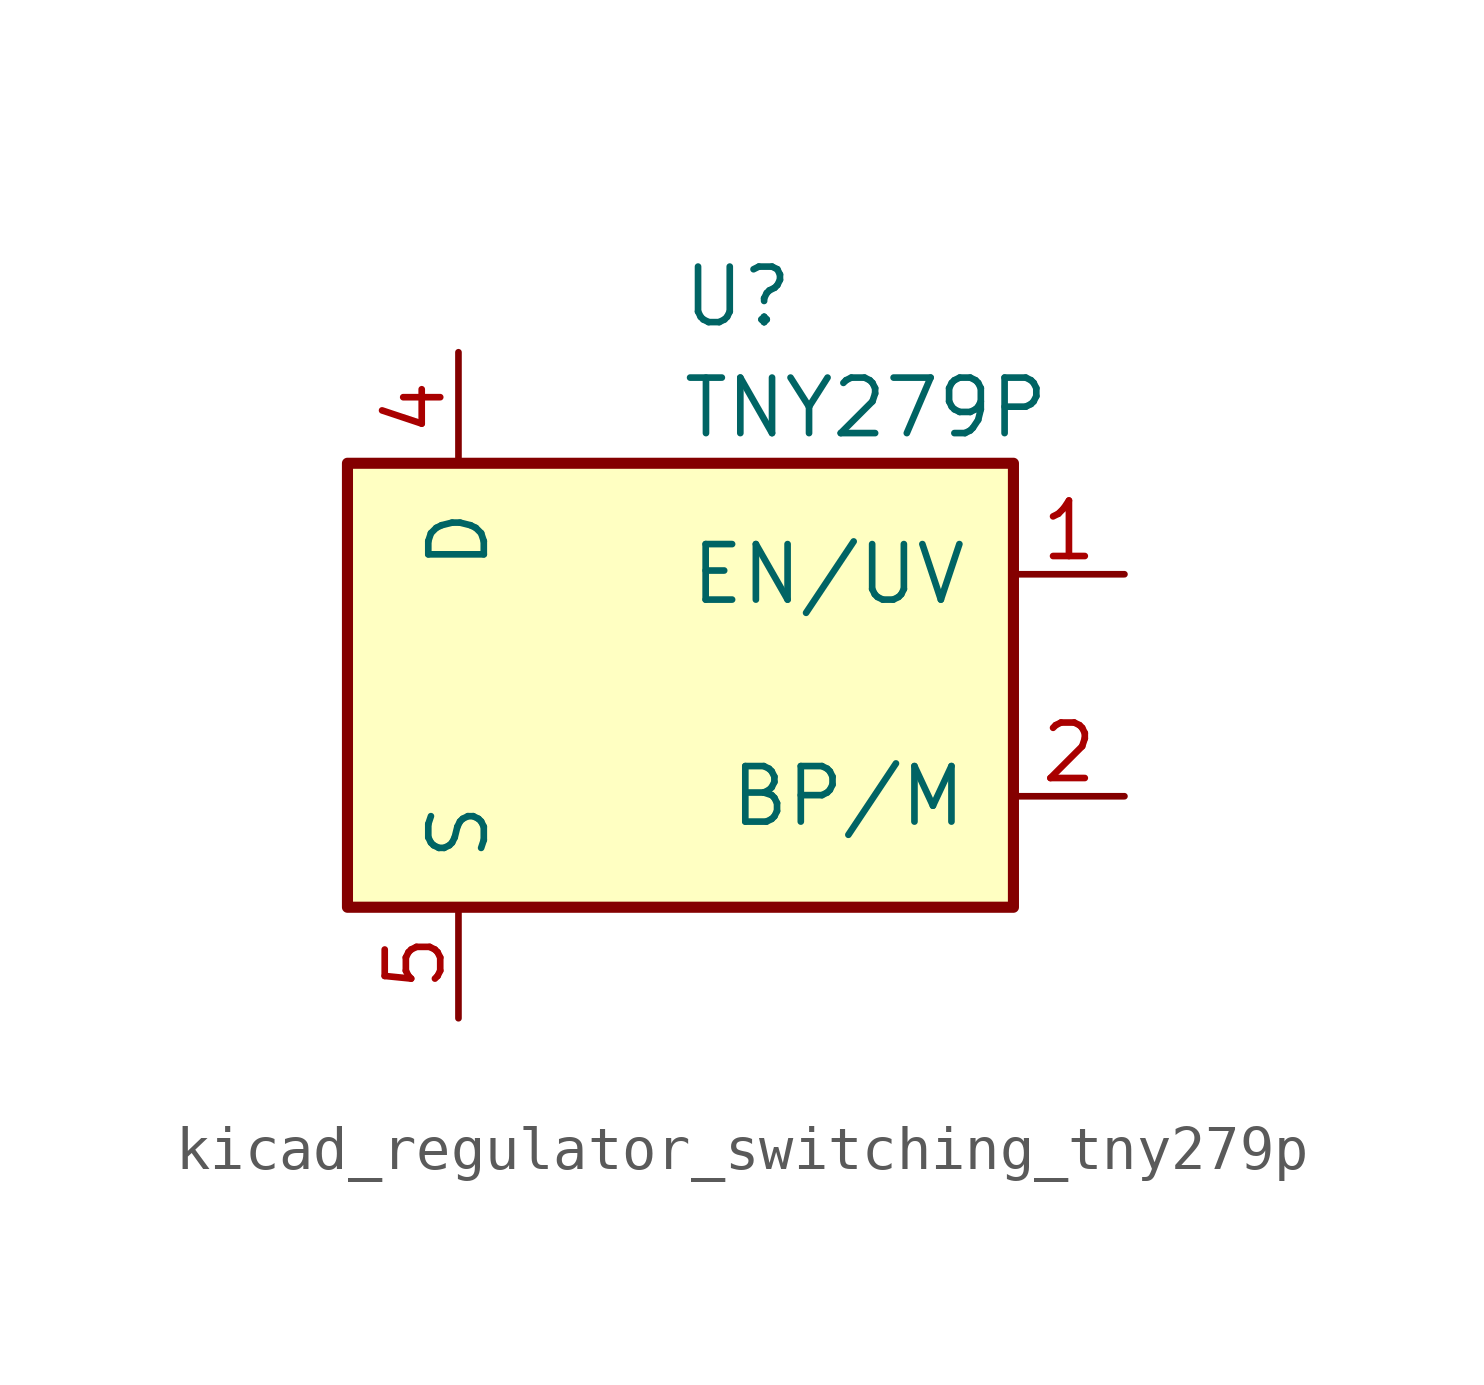
<source format=kicad_sym>
(kicad_symbol_lib
  (version 20220914)
  (generator kicad_symbol_editor)
  (symbol "kicad_regulator_switching_tny279p"
    (pin_names
      (offset 1.016))
    (property "Reference" "U"
      (at 0 8.89 0)
      (effects (font (size 1.27 1.27)) (justify left)))
    (property "Value" "TNY279P"
      (at 0 6.35 0)
      (effects (font (size 1.27 1.27)) (justify left)))
    (symbol "kicad_regulator_switching_tny279p_0_1"
      (rectangle (start -7.62 5.08) (end 7.62 -5.08) (stroke (width 0.254) (type default)) (fill (type background))))
    (symbol "kicad_regulator_switching_tny279p_1_1"
      (pin input line (at 10.16 2.54 180) (length 2.54) (name "EN/UV" (effects (font (size 1.27 1.27)))) (number "1" (effects (font (size 1.27 1.27)))))
      (pin input line (at 10.16 -2.54 180) (length 2.54) (name "BP/M" (effects (font (size 1.27 1.27)))) (number "2" (effects (font (size 1.27 1.27)))))
      (pin open_collector line (at -5.08 7.62 270) (length 2.54) (name "D" (effects (font (size 1.27 1.27)))) (number "4" (effects (font (size 1.27 1.27)))))
      (pin power_in line (at -5.08 -7.62 90) (length 2.54) (name "S" (effects (font (size 1.27 1.27)))) (number "5" (effects (font (size 1.27 1.27)))))
      (pin passive line (at -5.08 -7.62 90) (length 2.54) hide (name "S" (effects (font (size 1.27 1.27)))) (number "6" (effects (font (size 1.27 1.27)))))
      (pin passive line (at -5.08 -7.62 90) (length 2.54) hide (name "S" (effects (font (size 1.27 1.27)))) (number "7" (effects (font (size 1.27 1.27)))))
      (pin passive line (at -5.08 -7.62 90) (length 2.54) hide (name "S" (effects (font (size 1.27 1.27)))) (number "8" (effects (font (size 1.27 1.27))))))))
</source>
